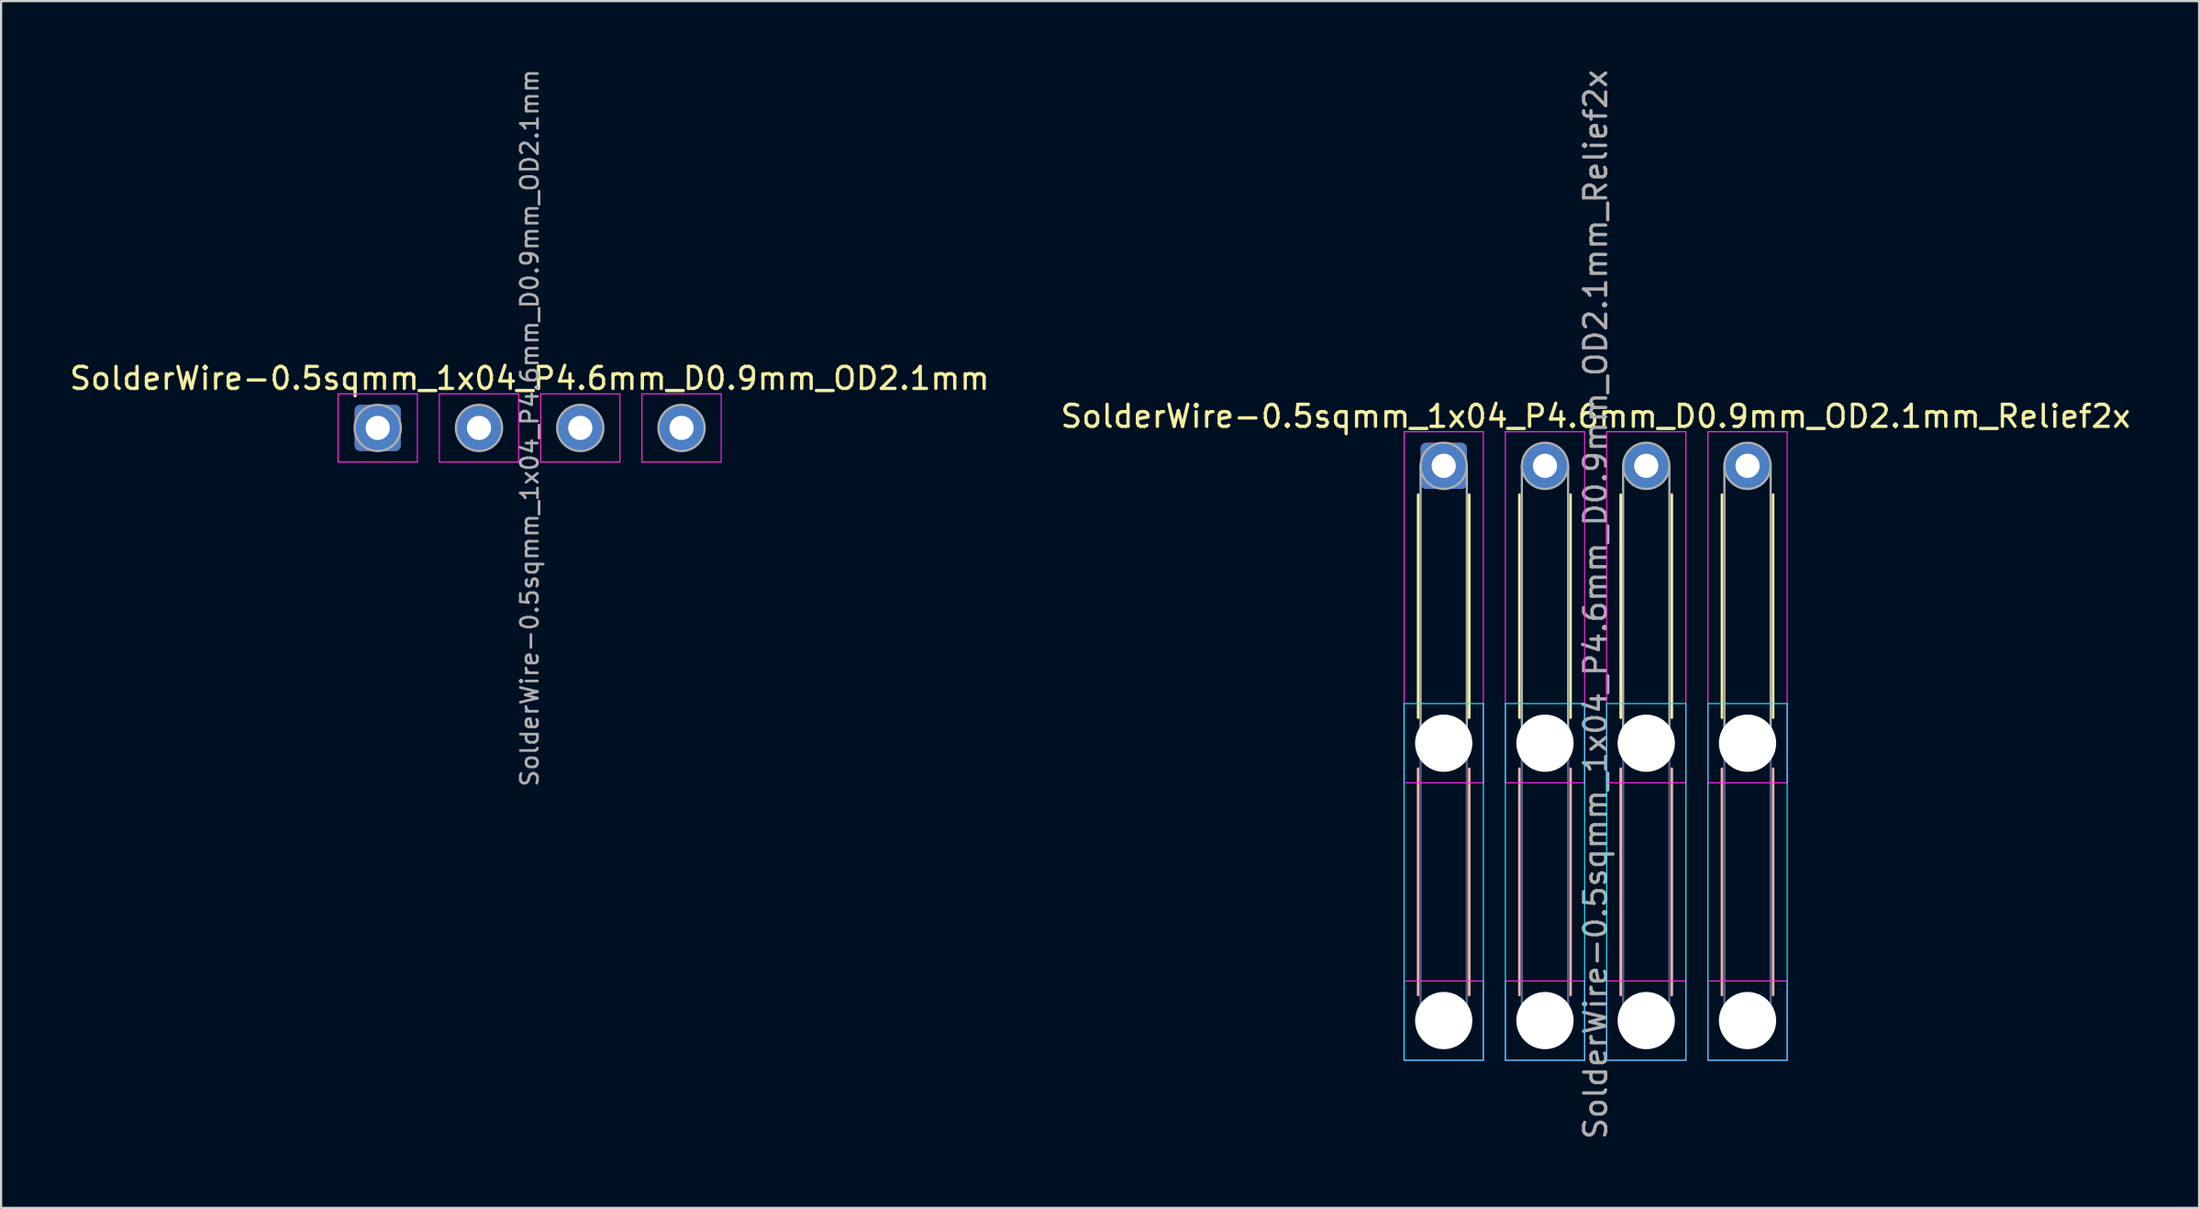
<source format=kicad_pcb>
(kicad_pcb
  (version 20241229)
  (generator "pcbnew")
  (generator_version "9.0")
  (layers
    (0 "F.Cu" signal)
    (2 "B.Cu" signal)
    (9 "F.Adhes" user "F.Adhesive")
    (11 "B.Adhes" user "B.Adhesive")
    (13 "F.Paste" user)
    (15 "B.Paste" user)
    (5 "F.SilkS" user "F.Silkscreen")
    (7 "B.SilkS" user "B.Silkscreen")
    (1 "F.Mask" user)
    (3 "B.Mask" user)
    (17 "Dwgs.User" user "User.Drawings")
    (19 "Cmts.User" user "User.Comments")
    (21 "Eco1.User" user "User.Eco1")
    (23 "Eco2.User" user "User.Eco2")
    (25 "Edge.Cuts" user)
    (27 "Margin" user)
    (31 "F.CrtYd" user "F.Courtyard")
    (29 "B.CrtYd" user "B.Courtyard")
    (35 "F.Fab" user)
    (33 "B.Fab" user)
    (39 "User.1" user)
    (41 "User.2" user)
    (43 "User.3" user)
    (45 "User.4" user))
  (footprint "SolderWire-0.5sqmm_1x04_P4.6mm_D0.9mm_OD2.1mm_Relief2x"
    (layer "F.Cu")
    (at 62.523 18.111)
    (property "Reference" "SolderWire-0.5sqmm_1x04_P4.6mm_D0.9mm_OD2.1mm_Relief2x" (at 6.9 -2.25 0) (layer "F.SilkS") (effects (font (size 1 1) (thickness 0.15))))
    (attr exclude_from_pos_files exclude_from_bom)
    (fp_line (start -1.16 1.31) (end -1.16 11.44) (stroke (width 0.12) (type solid)) (layer "F.SilkS"))
    (fp_line (start 1.16 1.31) (end 1.16 11.44) (stroke (width 0.12) (type solid)) (layer "F.SilkS"))
    (fp_line (start 3.44 1.31) (end 3.44 11.44) (stroke (width 0.12) (type solid)) (layer "F.SilkS"))
    (fp_line (start 5.76 1.31) (end 5.76 11.44) (stroke (width 0.12) (type solid)) (layer "F.SilkS"))
    (fp_line (start 8.04 1.31) (end 8.04 11.44) (stroke (width 0.12) (type solid)) (layer "F.SilkS"))
    (fp_line (start 10.36 1.31) (end 10.36 11.44) (stroke (width 0.12) (type solid)) (layer "F.SilkS"))
    (fp_line (start 12.64 1.31) (end 12.64 11.44) (stroke (width 0.12) (type solid)) (layer "F.SilkS"))
    (fp_line (start 14.96 1.31) (end 14.96 11.44) (stroke (width 0.12) (type solid)) (layer "F.SilkS"))
    (fp_line (start -1.16 13.76) (end -1.16 24.04) (stroke (width 0.12) (type solid)) (layer "B.SilkS"))
    (fp_line (start 1.16 13.76) (end 1.16 24.04) (stroke (width 0.12) (type solid)) (layer "B.SilkS"))
    (fp_line (start 3.44 13.76) (end 3.44 24.04) (stroke (width 0.12) (type solid)) (layer "B.SilkS"))
    (fp_line (start 5.76 13.76) (end 5.76 24.04) (stroke (width 0.12) (type solid)) (layer "B.SilkS"))
    (fp_line (start 8.04 13.76) (end 8.04 24.04) (stroke (width 0.12) (type solid)) (layer "B.SilkS"))
    (fp_line (start 10.36 13.76) (end 10.36 24.04) (stroke (width 0.12) (type solid)) (layer "B.SilkS"))
    (fp_line (start 12.64 13.76) (end 12.64 24.04) (stroke (width 0.12) (type solid)) (layer "B.SilkS"))
    (fp_line (start 14.96 13.76) (end 14.96 24.04) (stroke (width 0.12) (type solid)) (layer "B.SilkS"))
    (fp_line (start -1.8 10.8) (end -1.8 27) (stroke (width 0.05) (type solid)) (layer "B.CrtYd"))
    (fp_line (start -1.8 27) (end 1.8 27) (stroke (width 0.05) (type solid)) (layer "B.CrtYd"))
    (fp_line (start 1.8 10.8) (end -1.8 10.8) (stroke (width 0.05) (type solid)) (layer "B.CrtYd"))
    (fp_line (start 1.8 27) (end 1.8 10.8) (stroke (width 0.05) (type solid)) (layer "B.CrtYd"))
    (fp_line (start 2.8 10.8) (end 2.8 27) (stroke (width 0.05) (type solid)) (layer "B.CrtYd"))
    (fp_line (start 2.8 27) (end 6.4 27) (stroke (width 0.05) (type solid)) (layer "B.CrtYd"))
    (fp_line (start 6.4 10.8) (end 2.8 10.8) (stroke (width 0.05) (type solid)) (layer "B.CrtYd"))
    (fp_line (start 6.4 27) (end 6.4 10.8) (stroke (width 0.05) (type solid)) (layer "B.CrtYd"))
    (fp_line (start 7.4 10.8) (end 7.4 27) (stroke (width 0.05) (type solid)) (layer "B.CrtYd"))
    (fp_line (start 7.4 27) (end 11 27) (stroke (width 0.05) (type solid)) (layer "B.CrtYd"))
    (fp_line (start 11 10.8) (end 7.4 10.8) (stroke (width 0.05) (type solid)) (layer "B.CrtYd"))
    (fp_line (start 11 27) (end 11 10.8) (stroke (width 0.05) (type solid)) (layer "B.CrtYd"))
    (fp_line (start 12 10.8) (end 12 27) (stroke (width 0.05) (type solid)) (layer "B.CrtYd"))
    (fp_line (start 12 27) (end 15.6 27) (stroke (width 0.05) (type solid)) (layer "B.CrtYd"))
    (fp_line (start 15.6 10.8) (end 12 10.8) (stroke (width 0.05) (type solid)) (layer "B.CrtYd"))
    (fp_line (start 15.6 27) (end 15.6 10.8) (stroke (width 0.05) (type solid)) (layer "B.CrtYd"))
    (fp_line (start -1.8 -1.55) (end -1.8 14.4) (stroke (width 0.05) (type solid)) (layer "F.CrtYd"))
    (fp_line (start -1.8 14.4) (end 1.8 14.4) (stroke (width 0.05) (type solid)) (layer "F.CrtYd"))
    (fp_line (start -1.8 23.4) (end -1.8 27) (stroke (width 0.05) (type solid)) (layer "F.CrtYd"))
    (fp_line (start -1.8 27) (end 1.8 27) (stroke (width 0.05) (type solid)) (layer "F.CrtYd"))
    (fp_line (start 1.8 -1.55) (end -1.8 -1.55) (stroke (width 0.05) (type solid)) (layer "F.CrtYd"))
    (fp_line (start 1.8 14.4) (end 1.8 -1.55) (stroke (width 0.05) (type solid)) (layer "F.CrtYd"))
    (fp_line (start 1.8 23.4) (end -1.8 23.4) (stroke (width 0.05) (type solid)) (layer "F.CrtYd"))
    (fp_line (start 1.8 27) (end 1.8 23.4) (stroke (width 0.05) (type solid)) (layer "F.CrtYd"))
    (fp_line (start 2.8 -1.55) (end 2.8 14.4) (stroke (width 0.05) (type solid)) (layer "F.CrtYd"))
    (fp_line (start 2.8 14.4) (end 6.4 14.4) (stroke (width 0.05) (type solid)) (layer "F.CrtYd"))
    (fp_line (start 2.8 23.4) (end 2.8 27) (stroke (width 0.05) (type solid)) (layer "F.CrtYd"))
    (fp_line (start 2.8 27) (end 6.4 27) (stroke (width 0.05) (type solid)) (layer "F.CrtYd"))
    (fp_line (start 6.4 -1.55) (end 2.8 -1.55) (stroke (width 0.05) (type solid)) (layer "F.CrtYd"))
    (fp_line (start 6.4 14.4) (end 6.4 -1.55) (stroke (width 0.05) (type solid)) (layer "F.CrtYd"))
    (fp_line (start 6.4 23.4) (end 2.8 23.4) (stroke (width 0.05) (type solid)) (layer "F.CrtYd"))
    (fp_line (start 6.4 27) (end 6.4 23.4) (stroke (width 0.05) (type solid)) (layer "F.CrtYd"))
    (fp_line (start 7.4 -1.55) (end 7.4 14.4) (stroke (width 0.05) (type solid)) (layer "F.CrtYd"))
    (fp_line (start 7.4 14.4) (end 11 14.4) (stroke (width 0.05) (type solid)) (layer "F.CrtYd"))
    (fp_line (start 7.4 23.4) (end 7.4 27) (stroke (width 0.05) (type solid)) (layer "F.CrtYd"))
    (fp_line (start 7.4 27) (end 11 27) (stroke (width 0.05) (type solid)) (layer "F.CrtYd"))
    (fp_line (start 11 -1.55) (end 7.4 -1.55) (stroke (width 0.05) (type solid)) (layer "F.CrtYd"))
    (fp_line (start 11 14.4) (end 11 -1.55) (stroke (width 0.05) (type solid)) (layer "F.CrtYd"))
    (fp_line (start 11 23.4) (end 7.4 23.4) (stroke (width 0.05) (type solid)) (layer "F.CrtYd"))
    (fp_line (start 11 27) (end 11 23.4) (stroke (width 0.05) (type solid)) (layer "F.CrtYd"))
    (fp_line (start 12 -1.55) (end 12 14.4) (stroke (width 0.05) (type solid)) (layer "F.CrtYd"))
    (fp_line (start 12 14.4) (end 15.6 14.4) (stroke (width 0.05) (type solid)) (layer "F.CrtYd"))
    (fp_line (start 12 23.4) (end 12 27) (stroke (width 0.05) (type solid)) (layer "F.CrtYd"))
    (fp_line (start 12 27) (end 15.6 27) (stroke (width 0.05) (type solid)) (layer "F.CrtYd"))
    (fp_line (start 15.6 -1.55) (end 12 -1.55) (stroke (width 0.05) (type solid)) (layer "F.CrtYd"))
    (fp_line (start 15.6 14.4) (end 15.6 -1.55) (stroke (width 0.05) (type solid)) (layer "F.CrtYd"))
    (fp_line (start 15.6 23.4) (end 12 23.4) (stroke (width 0.05) (type solid)) (layer "F.CrtYd"))
    (fp_line (start 15.6 27) (end 15.6 23.4) (stroke (width 0.05) (type solid)) (layer "F.CrtYd"))
    (fp_line (start -1.05 12.6) (end -1.05 25.2) (stroke (width 0.1) (type solid)) (layer "B.Fab"))
    (fp_line (start 1.05 12.6) (end 1.05 25.2) (stroke (width 0.1) (type solid)) (layer "B.Fab"))
    (fp_line (start 3.55 12.6) (end 3.55 25.2) (stroke (width 0.1) (type solid)) (layer "B.Fab"))
    (fp_line (start 5.65 12.6) (end 5.65 25.2) (stroke (width 0.1) (type solid)) (layer "B.Fab"))
    (fp_line (start 8.15 12.6) (end 8.15 25.2) (stroke (width 0.1) (type solid)) (layer "B.Fab"))
    (fp_line (start 10.25 12.6) (end 10.25 25.2) (stroke (width 0.1) (type solid)) (layer "B.Fab"))
    (fp_line (start 12.75 12.6) (end 12.75 25.2) (stroke (width 0.1) (type solid)) (layer "B.Fab"))
    (fp_line (start 14.85 12.6) (end 14.85 25.2) (stroke (width 0.1) (type solid)) (layer "B.Fab"))
    (fp_circle (center 0 12.6) (end 1.05 12.6) (stroke (width 0.1) (type solid)) (fill no) (layer "B.Fab"))
    (fp_circle (center 0 25.2) (end 1.05 25.2) (stroke (width 0.1) (type solid)) (fill no) (layer "B.Fab"))
    (fp_circle (center 4.6 12.6) (end 5.65 12.6) (stroke (width 0.1) (type solid)) (fill no) (layer "B.Fab"))
    (fp_circle (center 4.6 25.2) (end 5.65 25.2) (stroke (width 0.1) (type solid)) (fill no) (layer "B.Fab"))
    (fp_circle (center 9.2 12.6) (end 10.25 12.6) (stroke (width 0.1) (type solid)) (fill no) (layer "B.Fab"))
    (fp_circle (center 9.2 25.2) (end 10.25 25.2) (stroke (width 0.1) (type solid)) (fill no) (layer "B.Fab"))
    (fp_circle (center 13.8 12.6) (end 14.85 12.6) (stroke (width 0.1) (type solid)) (fill no) (layer "B.Fab"))
    (fp_circle (center 13.8 25.2) (end 14.85 25.2) (stroke (width 0.1) (type solid)) (fill no) (layer "B.Fab"))
    (fp_line (start -1.05 0) (end -1.05 12.6) (stroke (width 0.1) (type solid)) (layer "F.Fab"))
    (fp_line (start 1.05 0) (end 1.05 12.6) (stroke (width 0.1) (type solid)) (layer "F.Fab"))
    (fp_line (start 3.55 0) (end 3.55 12.6) (stroke (width 0.1) (type solid)) (layer "F.Fab"))
    (fp_line (start 5.65 0) (end 5.65 12.6) (stroke (width 0.1) (type solid)) (layer "F.Fab"))
    (fp_line (start 8.15 0) (end 8.15 12.6) (stroke (width 0.1) (type solid)) (layer "F.Fab"))
    (fp_line (start 10.25 0) (end 10.25 12.6) (stroke (width 0.1) (type solid)) (layer "F.Fab"))
    (fp_line (start 12.75 0) (end 12.75 12.6) (stroke (width 0.1) (type solid)) (layer "F.Fab"))
    (fp_line (start 14.85 0) (end 14.85 12.6) (stroke (width 0.1) (type solid)) (layer "F.Fab"))
    (fp_circle (center 0 0) (end 1.05 0) (stroke (width 0.1) (type solid)) (fill no) (layer "F.Fab"))
    (fp_circle (center 0 12.6) (end 1.05 12.6) (stroke (width 0.1) (type solid)) (fill no) (layer "F.Fab"))
    (fp_circle (center 0 25.2) (end 1.05 25.2) (stroke (width 0.1) (type solid)) (fill no) (layer "F.Fab"))
    (fp_circle (center 4.6 0) (end 5.65 0) (stroke (width 0.1) (type solid)) (fill no) (layer "F.Fab"))
    (fp_circle (center 4.6 12.6) (end 5.65 12.6) (stroke (width 0.1) (type solid)) (fill no) (layer "F.Fab"))
    (fp_circle (center 4.6 25.2) (end 5.65 25.2) (stroke (width 0.1) (type solid)) (fill no) (layer "F.Fab"))
    (fp_circle (center 9.2 0) (end 10.25 0) (stroke (width 0.1) (type solid)) (fill no) (layer "F.Fab"))
    (fp_circle (center 9.2 12.6) (end 10.25 12.6) (stroke (width 0.1) (type solid)) (fill no) (layer "F.Fab"))
    (fp_circle (center 9.2 25.2) (end 10.25 25.2) (stroke (width 0.1) (type solid)) (fill no) (layer "F.Fab"))
    (fp_circle (center 13.8 0) (end 14.85 0) (stroke (width 0.1) (type solid)) (fill no) (layer "F.Fab"))
    (fp_circle (center 13.8 12.6) (end 14.85 12.6) (stroke (width 0.1) (type solid)) (fill no) (layer "F.Fab"))
    (fp_circle (center 13.8 25.2) (end 14.85 25.2) (stroke (width 0.1) (type solid)) (fill no) (layer "F.Fab"))
    (fp_text user "${REFERENCE}" (at 6.9 6.3 90) (layer "F.Fab") (effects (font (size 1 1) (thickness 0.15))))
    (pad "" np_thru_hole circle (at 0 12.6) (size 2.6 2.6) (drill 2.6) (layers "*.Cu" "*.Mask"))
    (pad "" np_thru_hole circle (at 0 25.2) (size 2.6 2.6) (drill 2.6) (layers "*.Cu" "*.Mask"))
    (pad "" np_thru_hole circle (at 4.6 12.6) (size 2.6 2.6) (drill 2.6) (layers "*.Cu" "*.Mask"))
    (pad "" np_thru_hole circle (at 4.6 25.2) (size 2.6 2.6) (drill 2.6) (layers "*.Cu" "*.Mask"))
    (pad "" np_thru_hole circle (at 9.2 12.6) (size 2.6 2.6) (drill 2.6) (layers "*.Cu" "*.Mask"))
    (pad "" np_thru_hole circle (at 9.2 25.2) (size 2.6 2.6) (drill 2.6) (layers "*.Cu" "*.Mask"))
    (pad "" np_thru_hole circle (at 13.8 12.6) (size 2.6 2.6) (drill 2.6) (layers "*.Cu" "*.Mask"))
    (pad "" np_thru_hole circle (at 13.8 25.2) (size 2.6 2.6) (drill 2.6) (layers "*.Cu" "*.Mask"))
    (pad "1" thru_hole roundrect (at 0 0) (size 2.1 2.1) (drill 1.1) (layers "*.Cu" "*.Mask") (roundrect_rratio 0.119))
    (pad "2" thru_hole circle (at 4.6 0) (size 2.1 2.1) (drill 1.1) (layers "*.Cu" "*.Mask"))
    (pad "3" thru_hole circle (at 9.2 0) (size 2.1 2.1) (drill 1.1) (layers "*.Cu" "*.Mask"))
    (pad "4" thru_hole circle (at 13.8 0) (size 2.1 2.1) (drill 1.1) (layers "*.Cu" "*.Mask")))
  (footprint "SolderWire-0.5sqmm_1x04_P4.6mm_D0.9mm_OD2.1mm"
    (layer "F.Cu")
    (at 14.106 16.389)
    (property "Reference" "SolderWire-0.5sqmm_1x04_P4.6mm_D0.9mm_OD2.1mm" (at 6.9 -2.25 0) (layer "F.SilkS") (effects (font (size 1 1) (thickness 0.15))))
    (attr exclude_from_pos_files exclude_from_bom)
    (fp_line (start -1.8 -1.55) (end -1.8 1.55) (stroke (width 0.05) (type solid)) (layer "F.CrtYd"))
    (fp_line (start -1.8 1.55) (end 1.8 1.55) (stroke (width 0.05) (type solid)) (layer "F.CrtYd"))
    (fp_line (start 1.8 -1.55) (end -1.8 -1.55) (stroke (width 0.05) (type solid)) (layer "F.CrtYd"))
    (fp_line (start 1.8 1.55) (end 1.8 -1.55) (stroke (width 0.05) (type solid)) (layer "F.CrtYd"))
    (fp_line (start 2.8 -1.55) (end 2.8 1.55) (stroke (width 0.05) (type solid)) (layer "F.CrtYd"))
    (fp_line (start 2.8 1.55) (end 6.4 1.55) (stroke (width 0.05) (type solid)) (layer "F.CrtYd"))
    (fp_line (start 6.4 -1.55) (end 2.8 -1.55) (stroke (width 0.05) (type solid)) (layer "F.CrtYd"))
    (fp_line (start 6.4 1.55) (end 6.4 -1.55) (stroke (width 0.05) (type solid)) (layer "F.CrtYd"))
    (fp_line (start 7.4 -1.55) (end 7.4 1.55) (stroke (width 0.05) (type solid)) (layer "F.CrtYd"))
    (fp_line (start 7.4 1.55) (end 11 1.55) (stroke (width 0.05) (type solid)) (layer "F.CrtYd"))
    (fp_line (start 11 -1.55) (end 7.4 -1.55) (stroke (width 0.05) (type solid)) (layer "F.CrtYd"))
    (fp_line (start 11 1.55) (end 11 -1.55) (stroke (width 0.05) (type solid)) (layer "F.CrtYd"))
    (fp_line (start 12 -1.55) (end 12 1.55) (stroke (width 0.05) (type solid)) (layer "F.CrtYd"))
    (fp_line (start 12 1.55) (end 15.6 1.55) (stroke (width 0.05) (type solid)) (layer "F.CrtYd"))
    (fp_line (start 15.6 -1.55) (end 12 -1.55) (stroke (width 0.05) (type solid)) (layer "F.CrtYd"))
    (fp_line (start 15.6 1.55) (end 15.6 -1.55) (stroke (width 0.05) (type solid)) (layer "F.CrtYd"))
    (fp_circle (center 0 0) (end 1.05 0) (stroke (width 0.1) (type solid)) (fill no) (layer "F.Fab"))
    (fp_circle (center 4.6 0) (end 5.65 0) (stroke (width 0.1) (type solid)) (fill no) (layer "F.Fab"))
    (fp_circle (center 9.2 0) (end 10.25 0) (stroke (width 0.1) (type solid)) (fill no) (layer "F.Fab"))
    (fp_circle (center 13.8 0) (end 14.85 0) (stroke (width 0.1) (type solid)) (fill no) (layer "F.Fab"))
    (fp_text user "${REFERENCE}" (at 6.9 0 90) (layer "F.Fab") (effects (font (size 0.78 0.78) (thickness 0.12))))
    (pad "1" thru_hole roundrect (at 0 0) (size 2.1 2.1) (drill 1.1) (layers "*.Cu" "*.Mask") (roundrect_rratio 0.119))
    (pad "2" thru_hole circle (at 4.6 0) (size 2.1 2.1) (drill 1.1) (layers "*.Cu" "*.Mask"))
    (pad "3" thru_hole circle (at 9.2 0) (size 2.1 2.1) (drill 1.1) (layers "*.Cu" "*.Mask"))
    (pad "4" thru_hole circle (at 13.8 0) (size 2.1 2.1) (drill 1.1) (layers "*.Cu" "*.Mask")))
  (gr_rect
    (start -3 -3)
    (end 96.833 51.821)
    (stroke (width 0.1) (type default))
    (fill no)
    (layer "Edge.Cuts")))
</source>
